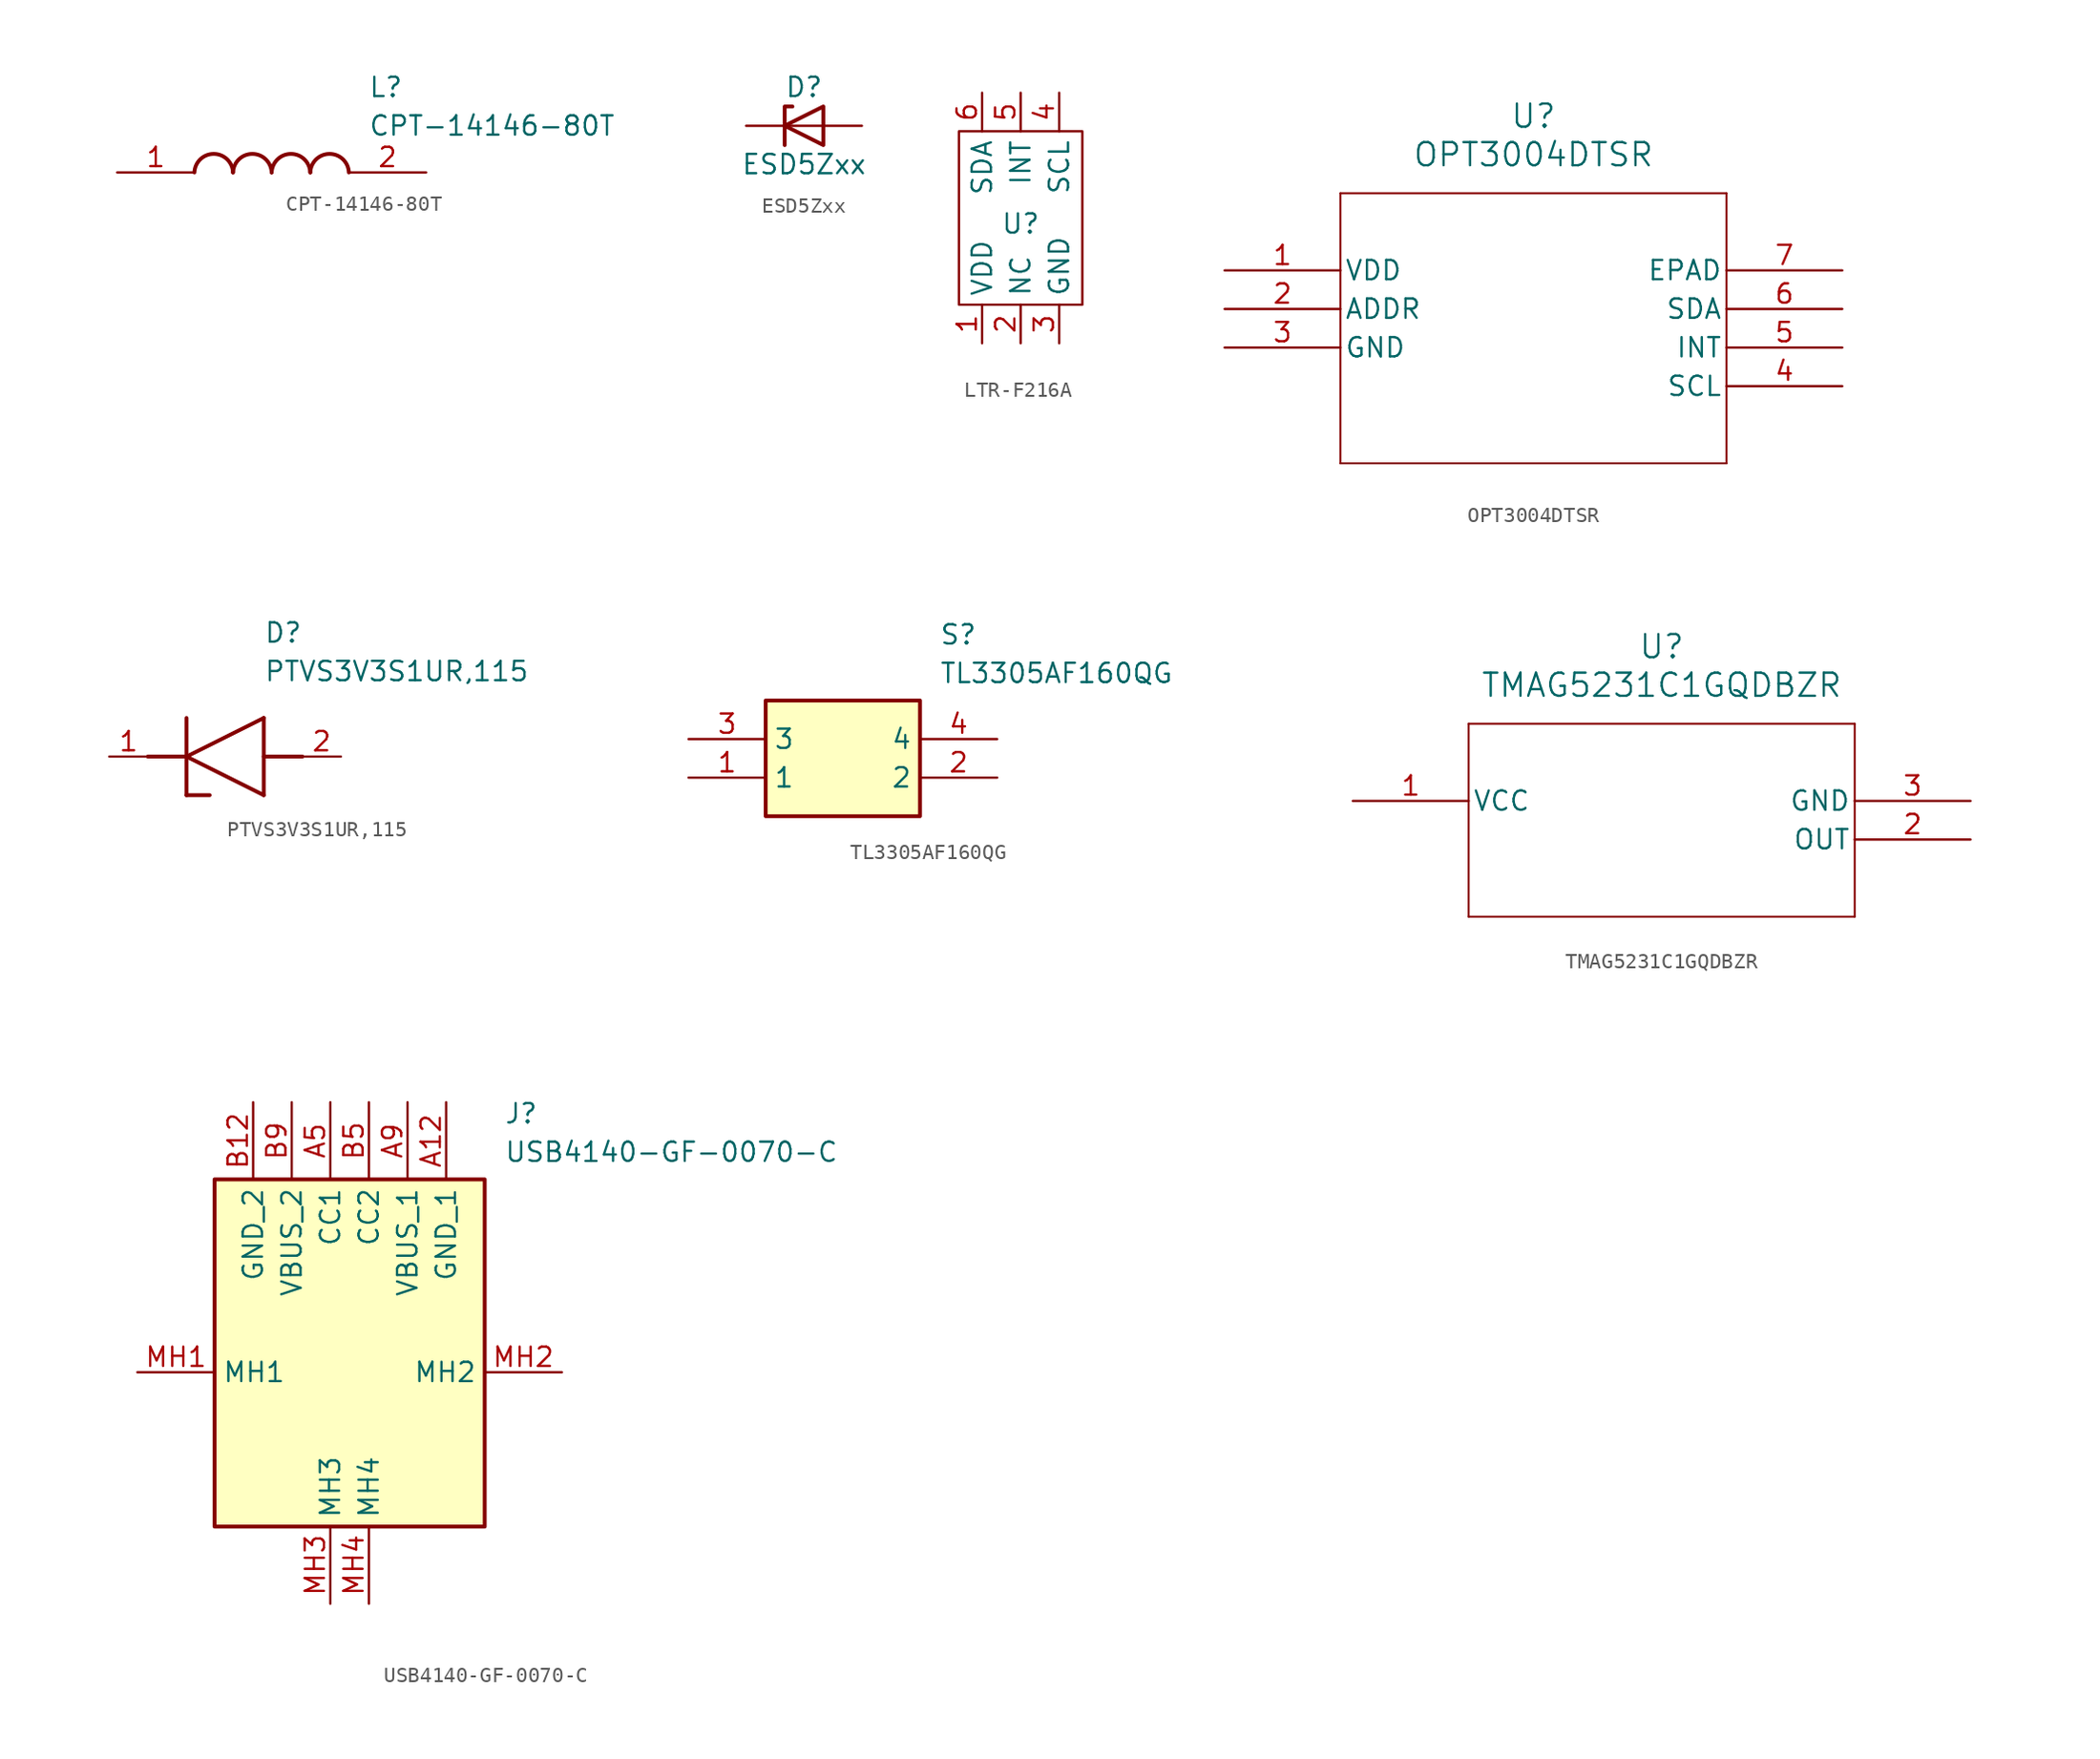
<source format=kicad_sym>
(kicad_symbol_lib
  (version 20231120)
  (generator "kicad_symbol_editor")
  (generator_version "8.0")
  (symbol "CPT-14146-80T"
    (pin_names hide)
    (property "Reference" "L"
      (at 16.51 6.35 0)
      (effects (font (size 1.27 1.27)) (justify left top)))
    (property "Value" "CPT-14146-80T"
      (at 16.51 3.81 0)
      (effects (font (size 1.27 1.27)) (justify left top)))
    (symbol "CPT-14146-80T_1_1"
      (arc (start 7.62 0) (mid 6.35 1.219) (end 5.08 0) (stroke (width 0.254) (type default)) (fill (type none)))
      (arc (start 10.16 0) (mid 8.89 1.219) (end 7.62 0) (stroke (width 0.254) (type default)) (fill (type none)))
      (arc (start 12.7 0) (mid 11.43 1.219) (end 10.16 0) (stroke (width 0.254) (type default)) (fill (type none)))
      (arc (start 15.24 0) (mid 13.97 1.219) (end 12.7 0) (stroke (width 0.254) (type default)) (fill (type none)))
      (pin passive line (at 0 0 0) (length 5.08) (name "1" (effects (font (size 1.27 1.27)))) (number "1" (effects (font (size 1.27 1.27)))))
      (pin passive line (at 20.32 0 180) (length 5.08) (name "2" (effects (font (size 1.27 1.27)))) (number "2" (effects (font (size 1.27 1.27)))))))
  (symbol "ESD5Zxx"
    (pin_numbers hide)
    (pin_names hide)
    (property "Reference" "D"
      (at 0 2.54 0)
      (effects (font (size 1.27 1.27))))
    (property "Value" "ESD5Zxx"
      (at 0 -2.54 0)
      (effects (font (size 1.27 1.27))))
    (symbol "ESD5Zxx_0_1"
      (polyline (pts (xy 1.27 0) (xy -1.27 0)) (stroke (width 0) (type default)) (fill (type none)))
      (polyline (pts (xy -1.27 -1.27) (xy -1.27 1.27) (xy -0.762 1.27)) (stroke (width 0.254) (type default)) (fill (type none)))
      (polyline (pts (xy 1.27 -1.27) (xy 1.27 1.27) (xy -1.27 0) (xy 1.27 -1.27)) (stroke (width 0.254) (type default)) (fill (type none))))
    (symbol "ESD5Zxx_1_1"
      (pin passive line (at -3.81 0 0) (length 2.54) (name "K" (effects (font (size 1.27 1.27)))) (number "1" (effects (font (size 1.27 1.27)))))
      (pin passive line (at 3.81 0 180) (length 2.54) (name "A" (effects (font (size 1.27 1.27)))) (number "2" (effects (font (size 1.27 1.27)))))))
  (symbol "LTR-F216A"
    (property "Reference" "U"
      (at 0 0.254 0)
      (effects (font (size 1.27 1.27))))
    (property "Value" ""
      (at 1.27 -1.27 0)
      (effects (font (size 1.27 1.27))))
    (symbol "LTR-F216A_0_1"
      (rectangle (start -4.064 6.35) (end 4.064 -5.08) (stroke (width 0) (type default)) (fill (type none))))
    (symbol "LTR-F216A_1_1"
      (pin input line (at -2.54 -7.62 90) (length 2.54) (name "VDD" (effects (font (size 1.27 1.27)))) (number "1" (effects (font (size 1.27 1.27)))))
      (pin input line (at 0 -7.62 90) (length 2.54) (name "NC" (effects (font (size 1.27 1.27)))) (number "2" (effects (font (size 1.27 1.27)))))
      (pin input line (at 2.54 -7.62 90) (length 2.54) (name "GND" (effects (font (size 1.27 1.27)))) (number "3" (effects (font (size 1.27 1.27)))))
      (pin input line (at 2.54 8.89 270) (length 2.54) (name "SCL" (effects (font (size 1.27 1.27)))) (number "4" (effects (font (size 1.27 1.27)))))
      (pin input line (at 0 8.89 270) (length 2.54) (name "INT" (effects (font (size 1.27 1.27)))) (number "5" (effects (font (size 1.27 1.27)))))
      (pin input line (at -2.54 8.89 270) (length 2.54) (name "SDA" (effects (font (size 1.27 1.27)))) (number "6" (effects (font (size 1.27 1.27)))))))
  (symbol "OPT3004DTSR"
    (pin_names
      (offset 0.254))
    (property "Reference" "U"
      (at 20.32 10.16 0)
      (effects (font (size 1.524 1.524))))
    (property "Value" "OPT3004DTSR"
      (at 20.32 7.62 0)
      (effects (font (size 1.524 1.524))))
    (property "ki_locked" ""
      (at 0 0 0)
      (effects (font (size 1.27 1.27))))
    (symbol "OPT3004DTSR_0_1"
      (polyline (pts (xy 7.62 -12.7) (xy 33.02 -12.7)) (stroke (width 0.127) (type default)) (fill (type none)))
      (polyline (pts (xy 7.62 5.08) (xy 7.62 -12.7)) (stroke (width 0.127) (type default)) (fill (type none)))
      (polyline (pts (xy 33.02 -12.7) (xy 33.02 5.08)) (stroke (width 0.127) (type default)) (fill (type none)))
      (polyline (pts (xy 33.02 5.08) (xy 7.62 5.08)) (stroke (width 0.127) (type default)) (fill (type none)))
      (pin unspecified line (at 0 0 0) (length 7.62) (name "VDD" (effects (font (size 1.27 1.27)))) (number "1" (effects (font (size 1.27 1.27)))))
      (pin unspecified line (at 0 -2.54 0) (length 7.62) (name "ADDR" (effects (font (size 1.27 1.27)))) (number "2" (effects (font (size 1.27 1.27)))))
      (pin unspecified line (at 0 -5.08 0) (length 7.62) (name "GND" (effects (font (size 1.27 1.27)))) (number "3" (effects (font (size 1.27 1.27)))))
      (pin unspecified line (at 40.64 -7.62 180) (length 7.62) (name "SCL" (effects (font (size 1.27 1.27)))) (number "4" (effects (font (size 1.27 1.27)))))
      (pin unspecified line (at 40.64 -5.08 180) (length 7.62) (name "INT" (effects (font (size 1.27 1.27)))) (number "5" (effects (font (size 1.27 1.27)))))
      (pin unspecified line (at 40.64 -2.54 180) (length 7.62) (name "SDA" (effects (font (size 1.27 1.27)))) (number "6" (effects (font (size 1.27 1.27)))))
      (pin unspecified line (at 40.64 0 180) (length 7.62) (name "EPAD" (effects (font (size 1.27 1.27)))) (number "7" (effects (font (size 1.27 1.27)))))))
  (symbol "PTVS3V3S1UR,115"
    (pin_names hide)
    (property "Reference" "D"
      (at 10.16 8.89 0)
      (effects (font (size 1.27 1.27)) (justify left top)))
    (property "Value" "PTVS3V3S1UR,115"
      (at 10.16 6.35 0)
      (effects (font (size 1.27 1.27)) (justify left top)))
    (symbol "PTVS3V3S1UR,115_1_1"
      (polyline (pts (xy 2.54 0) (xy 5.08 0)) (stroke (width 0.254) (type default)) (fill (type none)))
      (polyline (pts (xy 5.08 -2.54) (xy 6.604 -2.54)) (stroke (width 0.254) (type default)) (fill (type none)))
      (polyline (pts (xy 5.08 0) (xy 10.16 2.54)) (stroke (width 0.254) (type default)) (fill (type none)))
      (polyline (pts (xy 5.08 2.54) (xy 5.08 -2.54)) (stroke (width 0.254) (type default)) (fill (type none)))
      (polyline (pts (xy 10.16 -2.54) (xy 5.08 0)) (stroke (width 0.254) (type default)) (fill (type none)))
      (polyline (pts (xy 10.16 -2.54) (xy 10.16 2.54)) (stroke (width 0.254) (type default)) (fill (type none)))
      (polyline (pts (xy 12.7 0) (xy 10.16 0)) (stroke (width 0.254) (type default)) (fill (type none)))
      (pin passive line (at 0 0 0) (length 2.54) (name "K" (effects (font (size 1.27 1.27)))) (number "1" (effects (font (size 1.27 1.27)))))
      (pin passive line (at 15.24 0 180) (length 2.54) (name "A" (effects (font (size 1.27 1.27)))) (number "2" (effects (font (size 1.27 1.27)))))))
  (symbol "TL3305AF160QG"
    (property "Reference" "S"
      (at 16.51 7.62 0)
      (effects (font (size 1.27 1.27)) (justify left top)))
    (property "Value" "TL3305AF160QG"
      (at 16.51 5.08 0)
      (effects (font (size 1.27 1.27)) (justify left top)))
    (symbol "TL3305AF160QG_1_1"
      (rectangle (start 5.08 2.54) (end 15.24 -5.08) (stroke (width 0.254) (type default)) (fill (type background)))
      (pin passive line (at 0 -2.54 0) (length 5.08) (name "1" (effects (font (size 1.27 1.27)))) (number "1" (effects (font (size 1.27 1.27)))))
      (pin passive line (at 20.32 -2.54 180) (length 5.08) (name "2" (effects (font (size 1.27 1.27)))) (number "2" (effects (font (size 1.27 1.27)))))
      (pin passive line (at 0 0 0) (length 5.08) (name "3" (effects (font (size 1.27 1.27)))) (number "3" (effects (font (size 1.27 1.27)))))
      (pin passive line (at 20.32 0 180) (length 5.08) (name "4" (effects (font (size 1.27 1.27)))) (number "4" (effects (font (size 1.27 1.27)))))))
  (symbol "TMAG5231C1GQDBZR"
    (pin_names
      (offset 0.254))
    (property "Reference" "U"
      (at 20.32 10.16 0)
      (effects (font (size 1.524 1.524))))
    (property "Value" "TMAG5231C1GQDBZR"
      (at 20.32 7.62 0)
      (effects (font (size 1.524 1.524))))
    (property "ki_locked" ""
      (at 0 0 0)
      (effects (font (size 1.27 1.27))))
    (symbol "TMAG5231C1GQDBZR_1_1"
      (polyline (pts (xy 7.62 -7.62) (xy 33.02 -7.62)) (stroke (width 0.127) (type default)) (fill (type none)))
      (polyline (pts (xy 7.62 5.08) (xy 7.62 -7.62)) (stroke (width 0.127) (type default)) (fill (type none)))
      (polyline (pts (xy 33.02 -7.62) (xy 33.02 5.08)) (stroke (width 0.127) (type default)) (fill (type none)))
      (polyline (pts (xy 33.02 5.08) (xy 7.62 5.08)) (stroke (width 0.127) (type default)) (fill (type none)))
      (pin power_in line (at 0 0 0) (length 7.62) (name "VCC" (effects (font (size 1.27 1.27)))) (number "1" (effects (font (size 1.27 1.27)))))
      (pin output line (at 40.64 -2.54 180) (length 7.62) (name "OUT" (effects (font (size 1.27 1.27)))) (number "2" (effects (font (size 1.27 1.27)))))
      (pin power_out line (at 40.64 0 180) (length 7.62) (name "GND" (effects (font (size 1.27 1.27)))) (number "3" (effects (font (size 1.27 1.27)))))))
  (symbol "USB4140-GF-0070-C"
    (property "Reference" "J"
      (at 24.13 17.78 0)
      (effects (font (size 1.27 1.27)) (justify left top)))
    (property "Value" "USB4140-GF-0070-C"
      (at 24.13 15.24 0)
      (effects (font (size 1.27 1.27)) (justify left top)))
    (symbol "USB4140-GF-0070-C_1_1"
      (rectangle (start 5.08 12.7) (end 22.86 -10.16) (stroke (width 0.254) (type default)) (fill (type background)))
      (pin passive line (at 20.32 17.78 270) (length 5.08) (name "GND_1" (effects (font (size 1.27 1.27)))) (number "A12" (effects (font (size 1.27 1.27)))))
      (pin passive line (at 12.7 17.78 270) (length 5.08) (name "CC1" (effects (font (size 1.27 1.27)))) (number "A5" (effects (font (size 1.27 1.27)))))
      (pin passive line (at 17.78 17.78 270) (length 5.08) (name "VBUS_1" (effects (font (size 1.27 1.27)))) (number "A9" (effects (font (size 1.27 1.27)))))
      (pin passive line (at 7.62 17.78 270) (length 5.08) (name "GND_2" (effects (font (size 1.27 1.27)))) (number "B12" (effects (font (size 1.27 1.27)))))
      (pin passive line (at 15.24 17.78 270) (length 5.08) (name "CC2" (effects (font (size 1.27 1.27)))) (number "B5" (effects (font (size 1.27 1.27)))))
      (pin passive line (at 10.16 17.78 270) (length 5.08) (name "VBUS_2" (effects (font (size 1.27 1.27)))) (number "B9" (effects (font (size 1.27 1.27)))))
      (pin passive line (at 0 0 0) (length 5.08) (name "MH1" (effects (font (size 1.27 1.27)))) (number "MH1" (effects (font (size 1.27 1.27)))))
      (pin passive line (at 27.94 0 180) (length 5.08) (name "MH2" (effects (font (size 1.27 1.27)))) (number "MH2" (effects (font (size 1.27 1.27)))))
      (pin passive line (at 12.7 -15.24 90) (length 5.08) (name "MH3" (effects (font (size 1.27 1.27)))) (number "MH3" (effects (font (size 1.27 1.27)))))
      (pin passive line (at 15.24 -15.24 90) (length 5.08) (name "MH4" (effects (font (size 1.27 1.27)))) (number "MH4" (effects (font (size 1.27 1.27))))))))
</source>
